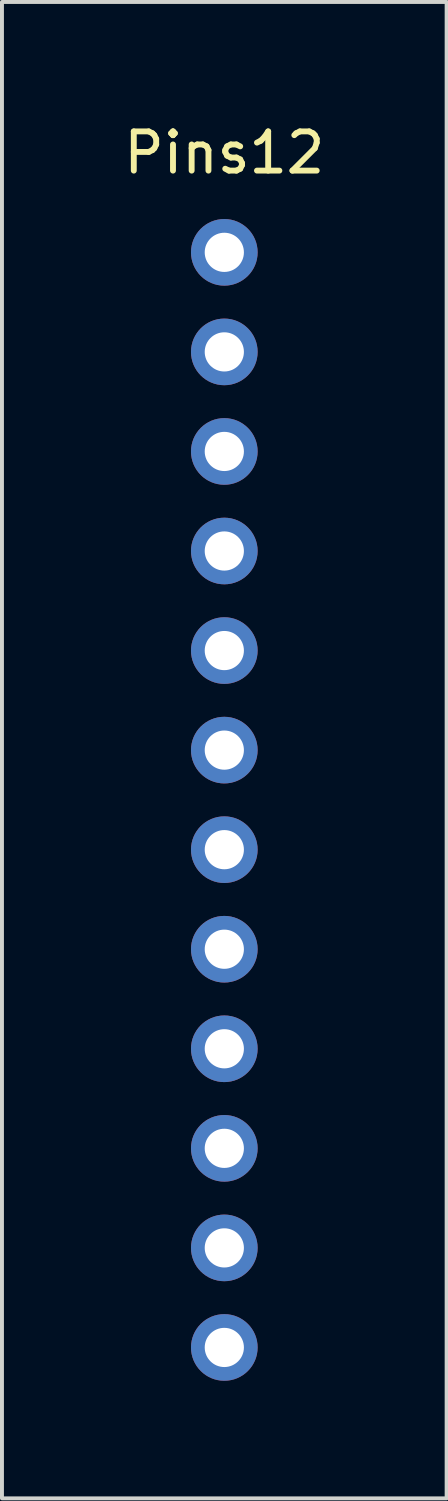
<source format=kicad_pcb>
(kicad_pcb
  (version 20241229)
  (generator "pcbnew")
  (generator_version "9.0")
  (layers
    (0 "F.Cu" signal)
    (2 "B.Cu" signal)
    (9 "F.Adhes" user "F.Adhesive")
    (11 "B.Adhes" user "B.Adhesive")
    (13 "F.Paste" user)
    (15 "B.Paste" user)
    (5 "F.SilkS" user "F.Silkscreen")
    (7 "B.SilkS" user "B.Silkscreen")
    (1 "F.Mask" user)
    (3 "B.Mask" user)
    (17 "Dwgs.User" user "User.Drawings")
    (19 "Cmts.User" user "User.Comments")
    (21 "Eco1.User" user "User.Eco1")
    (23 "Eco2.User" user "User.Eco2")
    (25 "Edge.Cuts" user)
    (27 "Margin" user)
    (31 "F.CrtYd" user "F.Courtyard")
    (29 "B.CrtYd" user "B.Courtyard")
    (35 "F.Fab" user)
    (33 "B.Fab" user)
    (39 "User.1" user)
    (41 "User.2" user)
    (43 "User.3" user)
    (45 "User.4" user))
  (footprint "Pins12"
    (layer "F.Cu")
    (at 2.673 3.388)
    (property "Reference" "Pins12" (at 0 -2.54 0) (layer "F.SilkS") (effects (font (size 1 1) (thickness 0.15))))
    (attr through_hole)
    (pad "1" thru_hole circle (at 0 0) (size 1.7 1.7) (drill 1) (layers "*.Cu" "*.Mask"))
    (pad "2" thru_hole circle (at 0 2.54) (size 1.7 1.7) (drill 1) (layers "*.Cu" "*.Mask"))
    (pad "3" thru_hole circle (at 0 5.08) (size 1.7 1.7) (drill 1) (layers "*.Cu" "*.Mask"))
    (pad "4" thru_hole circle (at 0 7.62) (size 1.7 1.7) (drill 1) (layers "*.Cu" "*.Mask"))
    (pad "5" thru_hole circle (at 0 10.16) (size 1.7 1.7) (drill 1) (layers "*.Cu" "*.Mask"))
    (pad "6" thru_hole circle (at 0 12.7) (size 1.7 1.7) (drill 1) (layers "*.Cu" "*.Mask"))
    (pad "7" thru_hole circle (at 0 15.24) (size 1.7 1.7) (drill 1) (layers "*.Cu" "*.Mask"))
    (pad "8" thru_hole circle (at 0 17.78) (size 1.7 1.7) (drill 1) (layers "*.Cu" "*.Mask"))
    (pad "9" thru_hole circle (at 0 20.32) (size 1.7 1.7) (drill 1) (layers "*.Cu" "*.Mask"))
    (pad "10" thru_hole circle (at 0 22.86) (size 1.7 1.7) (drill 1) (layers "*.Cu" "*.Mask"))
    (pad "11" thru_hole circle (at 0 25.4) (size 1.7 1.7) (drill 1) (layers "*.Cu" "*.Mask"))
    (pad "12" thru_hole circle (at 0 27.94) (size 1.7 1.7) (drill 1) (layers "*.Cu" "*.Mask")))
  (gr_rect
    (start -3 -3)
    (end 8.345 35.178)
    (stroke (width 0.1) (type default))
    (fill no)
    (layer "Edge.Cuts")))
</source>
